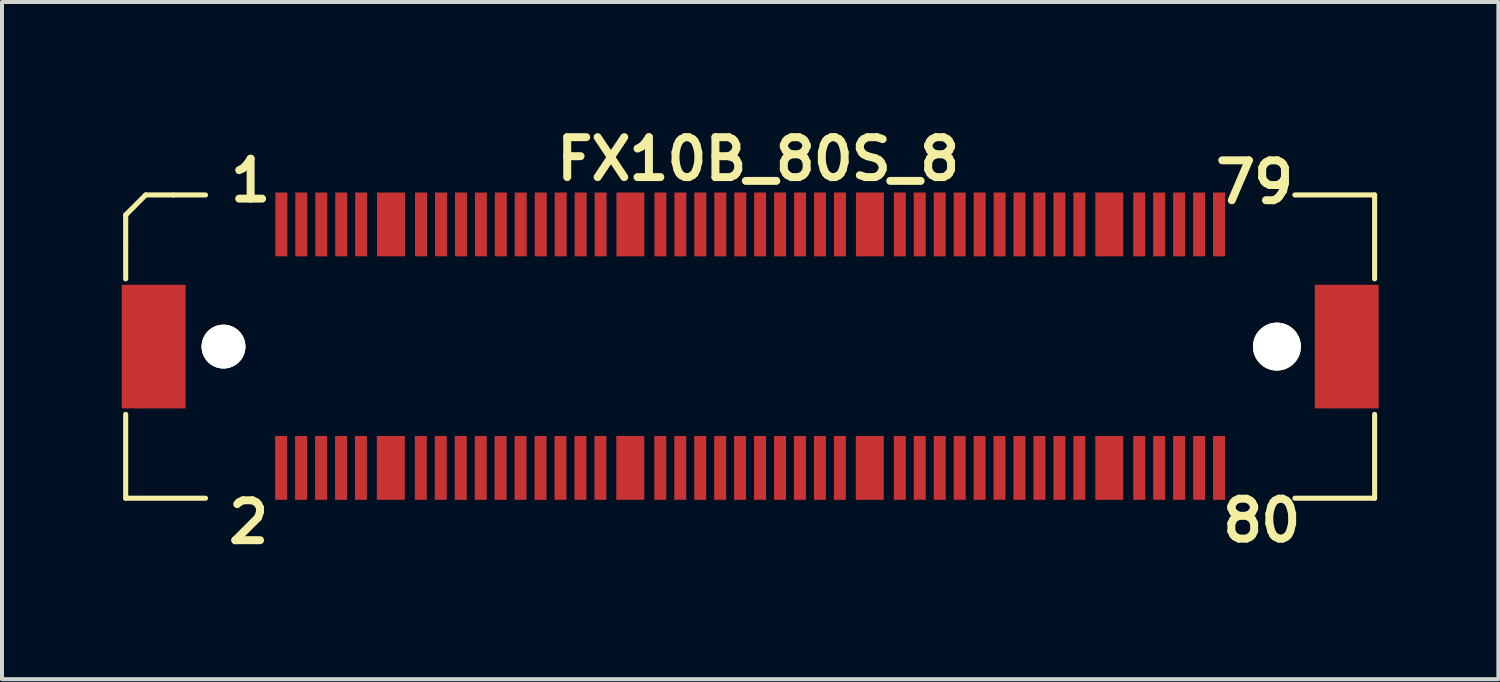
<source format=kicad_pcb>
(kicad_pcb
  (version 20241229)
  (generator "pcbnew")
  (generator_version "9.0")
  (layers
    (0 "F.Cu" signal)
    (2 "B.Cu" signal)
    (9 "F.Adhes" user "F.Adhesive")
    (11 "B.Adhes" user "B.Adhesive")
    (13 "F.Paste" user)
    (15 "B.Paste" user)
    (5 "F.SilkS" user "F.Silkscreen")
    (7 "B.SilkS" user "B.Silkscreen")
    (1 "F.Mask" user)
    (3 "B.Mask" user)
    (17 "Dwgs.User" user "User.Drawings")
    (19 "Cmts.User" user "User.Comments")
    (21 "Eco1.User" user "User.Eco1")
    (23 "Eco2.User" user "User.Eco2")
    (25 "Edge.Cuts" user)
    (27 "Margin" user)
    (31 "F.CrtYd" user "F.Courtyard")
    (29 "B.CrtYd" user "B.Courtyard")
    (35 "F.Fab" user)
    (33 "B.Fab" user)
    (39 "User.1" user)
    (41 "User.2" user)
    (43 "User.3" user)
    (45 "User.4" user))
  (footprint "FX10B_80S_8"
    (layer "F.Cu")
    (at 15.751 5.636)
    (property "Reference" "FX10B_80S_8" (at 0.2 -4.7 0) (layer "F.SilkS") (effects (font (size 1 1) (thickness 0.2))))
    (attr smd)
    (fp_line (start -15.651 -3.299) (end -15.651 -3.2) (stroke (width 0.127) (type solid)) (layer "F.SilkS"))
    (fp_line (start -15.651 -3.299) (end -15.151 -3.8) (stroke (width 0.127) (type solid)) (layer "F.SilkS"))
    (fp_line (start -15.651 -2.601) (end -15.651 -3.2) (stroke (width 0.127) (type solid)) (layer "F.SilkS"))
    (fp_line (start -15.651 -2.601) (end -15.651 -1.699) (stroke (width 0.127) (type solid)) (layer "F.SilkS"))
    (fp_line (start -15.651 1.699) (end -15.651 3.8) (stroke (width 0.127) (type solid)) (layer "F.SilkS"))
    (fp_line (start -15.651 3.8) (end -13.65 3.8) (stroke (width 0.127) (type solid)) (layer "F.SilkS"))
    (fp_line (start -14.45 -3.8) (end -15.151 -3.8) (stroke (width 0.127) (type solid)) (layer "F.SilkS"))
    (fp_line (start -13.65 -3.8) (end -14.45 -3.8) (stroke (width 0.127) (type solid)) (layer "F.SilkS"))
    (fp_line (start 15.649 -3.8) (end 13.65 -3.8) (stroke (width 0.127) (type solid)) (layer "F.SilkS"))
    (fp_line (start 15.649 -1.699) (end 15.649 -3.8) (stroke (width 0.127) (type solid)) (layer "F.SilkS"))
    (fp_line (start 15.649 1.699) (end 15.649 3.8) (stroke (width 0.127) (type solid)) (layer "F.SilkS"))
    (fp_line (start 15.649 3.8) (end 13.65 3.8) (stroke (width 0.127) (type solid)) (layer "F.SilkS"))
    (fp_text user "2" (at -12.57 4.4 0) (layer "F.SilkS") (effects (font (size 1 1) (thickness 0.2))))
    (fp_text user "79" (at 12.64 -4.12 0) (layer "F.SilkS") (effects (font (size 1 1) (thickness 0.2))))
    (fp_text user "1" (at -12.52 -4.16 0) (layer "F.SilkS") (effects (font (size 1 1) (thickness 0.2))))
    (fp_text user "80" (at 12.82 4.36 0) (layer "F.SilkS") (effects (font (size 1 1) (thickness 0.2))))
    (pad "1" smd rect (at -11.75 -3.061) (size 0.3 1.6) (layers "F.Cu" "F.Mask" "F.Paste"))
    (pad "2" smd rect (at -11.755 3.04) (size 0.3 1.6) (layers "F.Cu" "F.Mask" "F.Paste"))
    (pad "3" smd rect (at -11.25 -3.061) (size 0.3 1.6) (layers "F.Cu" "F.Mask" "F.Paste"))
    (pad "4" smd rect (at -11.255 3.04) (size 0.3 1.6) (layers "F.Cu" "F.Mask" "F.Paste"))
    (pad "5" smd rect (at -10.749 -3.061) (size 0.3 1.6) (layers "F.Cu" "F.Mask" "F.Paste"))
    (pad "6" smd rect (at -10.754 3.04) (size 0.3 1.6) (layers "F.Cu" "F.Mask" "F.Paste"))
    (pad "7" smd rect (at -10.249 -3.061) (size 0.3 1.6) (layers "F.Cu" "F.Mask" "F.Paste"))
    (pad "8" smd rect (at -10.254 3.04) (size 0.3 1.6) (layers "F.Cu" "F.Mask" "F.Paste"))
    (pad "9" smd rect (at -9.751 -3.061) (size 0.3 1.6) (layers "F.Cu" "F.Mask" "F.Paste"))
    (pad "10" smd rect (at -9.756 3.04) (size 0.3 1.6) (layers "F.Cu" "F.Mask" "F.Paste"))
    (pad "11" smd rect (at -8.25 -3.061) (size 0.3 1.6) (layers "F.Cu" "F.Mask" "F.Paste"))
    (pad "12" smd rect (at -8.255 3.04) (size 0.3 1.6) (layers "F.Cu" "F.Mask" "F.Paste"))
    (pad "13" smd rect (at -7.75 -3.061) (size 0.3 1.6) (layers "F.Cu" "F.Mask" "F.Paste"))
    (pad "14" smd rect (at -7.755 3.04) (size 0.3 1.6) (layers "F.Cu" "F.Mask" "F.Paste"))
    (pad "15" smd rect (at -7.249 -3.061) (size 0.3 1.6) (layers "F.Cu" "F.Mask" "F.Paste"))
    (pad "16" smd rect (at -7.254 3.04) (size 0.3 1.6) (layers "F.Cu" "F.Mask" "F.Paste"))
    (pad "17" smd rect (at -6.749 -3.061) (size 0.3 1.6) (layers "F.Cu" "F.Mask" "F.Paste"))
    (pad "18" smd rect (at -6.754 3.04) (size 0.3 1.6) (layers "F.Cu" "F.Mask" "F.Paste"))
    (pad "19" smd rect (at -6.251 -3.061) (size 0.3 1.6) (layers "F.Cu" "F.Mask" "F.Paste"))
    (pad "20" smd rect (at -6.256 3.04) (size 0.3 1.6) (layers "F.Cu" "F.Mask" "F.Paste"))
    (pad "21" smd rect (at -5.751 -3.061) (size 0.3 1.6) (layers "F.Cu" "F.Mask" "F.Paste"))
    (pad "22" smd rect (at -5.756 3.04) (size 0.3 1.6) (layers "F.Cu" "F.Mask" "F.Paste"))
    (pad "23" smd rect (at -5.25 -3.061) (size 0.3 1.6) (layers "F.Cu" "F.Mask" "F.Paste"))
    (pad "24" smd rect (at -5.255 3.04) (size 0.3 1.6) (layers "F.Cu" "F.Mask" "F.Paste"))
    (pad "25" smd rect (at -4.75 -3.061) (size 0.3 1.6) (layers "F.Cu" "F.Mask" "F.Paste"))
    (pad "26" smd rect (at -4.755 3.04) (size 0.3 1.6) (layers "F.Cu" "F.Mask" "F.Paste"))
    (pad "27" smd rect (at -4.249 -3.061) (size 0.3 1.6) (layers "F.Cu" "F.Mask" "F.Paste"))
    (pad "28" smd rect (at -4.255 3.04) (size 0.3 1.6) (layers "F.Cu" "F.Mask" "F.Paste"))
    (pad "29" smd rect (at -3.749 -3.061) (size 0.3 1.6) (layers "F.Cu" "F.Mask" "F.Paste"))
    (pad "30" smd rect (at -3.754 3.04) (size 0.3 1.6) (layers "F.Cu" "F.Mask" "F.Paste"))
    (pad "31" smd rect (at -2.25 -3.061) (size 0.3 1.6) (layers "F.Cu" "F.Mask" "F.Paste"))
    (pad "32" smd rect (at -2.253 3.04) (size 0.3 1.6) (layers "F.Cu" "F.Mask" "F.Paste"))
    (pad "33" smd rect (at -1.75 -3.061) (size 0.3 1.6) (layers "F.Cu" "F.Mask" "F.Paste"))
    (pad "34" smd rect (at -1.753 3.04) (size 0.3 1.6) (layers "F.Cu" "F.Mask" "F.Paste"))
    (pad "35" smd rect (at -1.25 -3.061) (size 0.3 1.6) (layers "F.Cu" "F.Mask" "F.Paste"))
    (pad "36" smd rect (at -1.252 3.04) (size 0.3 1.6) (layers "F.Cu" "F.Mask" "F.Paste"))
    (pad "37" smd rect (at -0.749 -3.061) (size 0.3 1.6) (layers "F.Cu" "F.Mask" "F.Paste"))
    (pad "38" smd rect (at -0.752 3.04) (size 0.3 1.6) (layers "F.Cu" "F.Mask" "F.Paste"))
    (pad "39" smd rect (at -0.249 -3.061) (size 0.3 1.6) (layers "F.Cu" "F.Mask" "F.Paste"))
    (pad "40" smd rect (at -0.254 3.04) (size 0.3 1.6) (layers "F.Cu" "F.Mask" "F.Paste"))
    (pad "41" smd rect (at 0.249 -3.061) (size 0.3 1.6) (layers "F.Cu" "F.Mask" "F.Paste"))
    (pad "42" smd rect (at 0.246 3.04) (size 0.3 1.6) (layers "F.Cu" "F.Mask" "F.Paste"))
    (pad "43" smd rect (at 0.749 -3.061) (size 0.3 1.6) (layers "F.Cu" "F.Mask" "F.Paste"))
    (pad "44" smd rect (at 0.747 3.04) (size 0.3 1.6) (layers "F.Cu" "F.Mask" "F.Paste"))
    (pad "45" smd rect (at 1.25 -3.061) (size 0.3 1.6) (layers "F.Cu" "F.Mask" "F.Paste"))
    (pad "46" smd rect (at 1.247 3.04) (size 0.3 1.6) (layers "F.Cu" "F.Mask" "F.Paste"))
    (pad "47" smd rect (at 1.75 -3.061) (size 0.3 1.6) (layers "F.Cu" "F.Mask" "F.Paste"))
    (pad "48" smd rect (at 1.748 3.04) (size 0.3 1.6) (layers "F.Cu" "F.Mask" "F.Paste"))
    (pad "49" smd rect (at 2.25 -3.061) (size 0.3 1.6) (layers "F.Cu" "F.Mask" "F.Paste"))
    (pad "50" smd rect (at 2.248 3.04) (size 0.3 1.6) (layers "F.Cu" "F.Mask" "F.Paste"))
    (pad "51" smd rect (at 3.749 -3.061) (size 0.3 1.6) (layers "F.Cu" "F.Mask" "F.Paste"))
    (pad "52" smd rect (at 3.749 3.04) (size 0.3 1.6) (layers "F.Cu" "F.Mask" "F.Paste"))
    (pad "53" smd rect (at 4.249 -3.061) (size 0.3 1.6) (layers "F.Cu" "F.Mask" "F.Paste"))
    (pad "54" smd rect (at 4.249 3.04) (size 0.3 1.6) (layers "F.Cu" "F.Mask" "F.Paste"))
    (pad "55" smd rect (at 4.75 -3.061) (size 0.3 1.6) (layers "F.Cu" "F.Mask" "F.Paste"))
    (pad "56" smd rect (at 4.75 3.04) (size 0.3 1.6) (layers "F.Cu" "F.Mask" "F.Paste"))
    (pad "57" smd rect (at 5.25 -3.061) (size 0.3 1.6) (layers "F.Cu" "F.Mask" "F.Paste"))
    (pad "58" smd rect (at 5.25 3.04) (size 0.3 1.6) (layers "F.Cu" "F.Mask" "F.Paste"))
    (pad "59" smd rect (at 5.751 -3.061) (size 0.3 1.6) (layers "F.Cu" "F.Mask" "F.Paste"))
    (pad "60" smd rect (at 5.748 3.04) (size 0.3 1.6) (layers "F.Cu" "F.Mask" "F.Paste"))
    (pad "61" smd rect (at 6.251 -3.061) (size 0.3 1.6) (layers "F.Cu" "F.Mask" "F.Paste"))
    (pad "62" smd rect (at 6.248 3.04) (size 0.3 1.6) (layers "F.Cu" "F.Mask" "F.Paste"))
    (pad "63" smd rect (at 6.749 -3.061) (size 0.3 1.6) (layers "F.Cu" "F.Mask" "F.Paste"))
    (pad "64" smd rect (at 6.749 3.04) (size 0.3 1.6) (layers "F.Cu" "F.Mask" "F.Paste"))
    (pad "65" smd rect (at 7.249 -3.061) (size 0.3 1.6) (layers "F.Cu" "F.Mask" "F.Paste"))
    (pad "66" smd rect (at 7.249 3.04) (size 0.3 1.6) (layers "F.Cu" "F.Mask" "F.Paste"))
    (pad "67" smd rect (at 7.75 -3.061) (size 0.3 1.6) (layers "F.Cu" "F.Mask" "F.Paste"))
    (pad "68" smd rect (at 7.75 3.04) (size 0.3 1.6) (layers "F.Cu" "F.Mask" "F.Paste"))
    (pad "69" smd rect (at 8.25 -3.061) (size 0.3 1.6) (layers "F.Cu" "F.Mask" "F.Paste"))
    (pad "70" smd rect (at 8.25 3.04) (size 0.3 1.6) (layers "F.Cu" "F.Mask" "F.Paste"))
    (pad "71" smd rect (at 9.751 -3.061) (size 0.3 1.6) (layers "F.Cu" "F.Mask" "F.Paste"))
    (pad "72" smd rect (at 9.751 3.04) (size 0.3 1.6) (layers "F.Cu" "F.Mask" "F.Paste"))
    (pad "73" smd rect (at 10.249 -3.061) (size 0.3 1.6) (layers "F.Cu" "F.Mask" "F.Paste"))
    (pad "74" smd rect (at 10.249 3.04) (size 0.3 1.6) (layers "F.Cu" "F.Mask" "F.Paste"))
    (pad "75" smd rect (at 10.749 -3.061) (size 0.3 1.6) (layers "F.Cu" "F.Mask" "F.Paste"))
    (pad "76" smd rect (at 10.749 3.04) (size 0.3 1.6) (layers "F.Cu" "F.Mask" "F.Paste"))
    (pad "77" smd rect (at 11.25 -3.061) (size 0.3 1.6) (layers "F.Cu" "F.Mask" "F.Paste"))
    (pad "78" smd rect (at 11.25 3.04) (size 0.3 1.6) (layers "F.Cu" "F.Mask" "F.Paste"))
    (pad "79" smd rect (at 11.75 -3.061) (size 0.3 1.6) (layers "F.Cu" "F.Mask" "F.Paste"))
    (pad "80" smd rect (at 11.75 3.04) (size 0.3 1.6) (layers "F.Cu" "F.Mask" "F.Paste"))
    (pad "81" smd rect (at -9.002 -3.061) (size 0.701 1.6) (layers "F.Cu" "F.Mask" "F.Paste"))
    (pad "82" smd rect (at -9.007 3.04) (size 0.701 1.6) (layers "F.Cu" "F.Mask" "F.Paste"))
    (pad "83" smd rect (at -3.002 -3.061) (size 0.701 1.6) (layers "F.Cu" "F.Mask" "F.Paste"))
    (pad "84" smd rect (at -3.005 3.04) (size 0.701 1.6) (layers "F.Cu" "F.Mask" "F.Paste"))
    (pad "85" smd rect (at 3 -3.061) (size 0.701 1.6) (layers "F.Cu" "F.Mask" "F.Paste"))
    (pad "86" smd rect (at 2.997 3.04) (size 0.701 1.6) (layers "F.Cu" "F.Mask" "F.Paste"))
    (pad "87" smd rect (at 8.999 -3.061) (size 0.701 1.6) (layers "F.Cu" "F.Mask" "F.Paste"))
    (pad "88" smd rect (at 8.999 3.04) (size 0.701 1.6) (layers "F.Cu" "F.Mask" "F.Paste"))
    (pad "89" thru_hole circle (at 13.2 0) (size 1.199 1.199) (drill 1.199) (layers "*.Cu" "F.SilkS"))
    (pad "89" smd rect (at 14.95 0) (size 1.6 3.099) (layers "F.Cu" "F.Mask" "F.Paste"))
    (pad "90" smd rect (at -14.95 0) (size 1.6 3.099) (layers "F.Cu" "F.Mask" "F.Paste"))
    (pad "90" thru_hole circle (at -13.2 0) (size 1.097 1.097) (drill 1.097) (layers "*.Cu" "F.SilkS")))
  (gr_rect
    (start -3 -3)
    (end 34.501 13.972)
    (stroke (width 0.1) (type default))
    (fill no)
    (layer "Edge.Cuts")))
</source>
